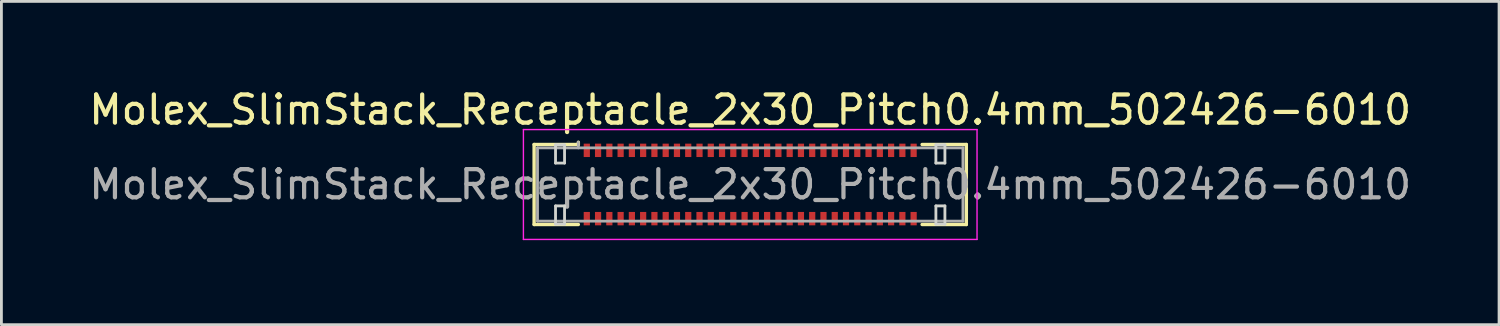
<source format=kicad_pcb>
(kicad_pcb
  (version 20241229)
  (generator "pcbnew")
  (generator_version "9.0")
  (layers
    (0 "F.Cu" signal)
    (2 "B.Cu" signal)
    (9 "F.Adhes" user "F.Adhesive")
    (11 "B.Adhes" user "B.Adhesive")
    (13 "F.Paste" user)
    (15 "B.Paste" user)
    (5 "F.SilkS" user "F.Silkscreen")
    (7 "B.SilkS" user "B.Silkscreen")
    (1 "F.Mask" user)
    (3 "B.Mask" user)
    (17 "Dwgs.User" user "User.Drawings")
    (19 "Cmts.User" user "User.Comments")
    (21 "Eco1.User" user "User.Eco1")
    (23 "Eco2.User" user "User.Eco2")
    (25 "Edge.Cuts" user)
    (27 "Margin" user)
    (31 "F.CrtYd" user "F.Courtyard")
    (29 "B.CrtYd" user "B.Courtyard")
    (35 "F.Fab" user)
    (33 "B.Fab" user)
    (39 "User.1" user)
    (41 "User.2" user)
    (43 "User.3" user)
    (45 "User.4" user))
  (footprint "Molex_SlimStack_Receptacle_2x30_Pitch0.4mm_502426-6010"
    (layer "F.Cu")
    (at 23.577 3.498)
    (property "Reference" "Molex_SlimStack_Receptacle_2x30_Pitch0.4mm_502426-6010" (at 0 -2.65 0) (layer "F.SilkS") (effects (font (size 1 1) (thickness 0.15))))
    (attr smd)
    (fp_line (start -7.67 -1.42) (end -6.1 -1.42) (stroke (width 0.12) (type solid)) (layer "F.SilkS"))
    (fp_line (start -7.67 1.42) (end -7.67 -1.42) (stroke (width 0.12) (type solid)) (layer "F.SilkS"))
    (fp_line (start -6.1 -1.42) (end -6.1 -1.5) (stroke (width 0.12) (type solid)) (layer "F.SilkS"))
    (fp_line (start -6.1 1.42) (end -7.67 1.42) (stroke (width 0.12) (type solid)) (layer "F.SilkS"))
    (fp_line (start 6.1 1.42) (end 7.67 1.42) (stroke (width 0.12) (type solid)) (layer "F.SilkS"))
    (fp_line (start 7.67 -1.42) (end 6.1 -1.42) (stroke (width 0.12) (type solid)) (layer "F.SilkS"))
    (fp_line (start 7.67 1.42) (end 7.67 -1.42) (stroke (width 0.12) (type solid)) (layer "F.SilkS"))
    (fp_line (start -6.91 -1.41) (end -6.91 -0.76) (stroke (width 0.1) (type solid)) (layer "Edge.Cuts"))
    (fp_line (start -6.91 -0.76) (end -6.59 -0.76) (stroke (width 0.1) (type solid)) (layer "Edge.Cuts"))
    (fp_line (start -6.91 0.76) (end -6.91 1.41) (stroke (width 0.1) (type solid)) (layer "Edge.Cuts"))
    (fp_line (start -6.91 1.41) (end -6.59 1.41) (stroke (width 0.1) (type solid)) (layer "Edge.Cuts"))
    (fp_line (start -6.59 -1.41) (end -6.91 -1.41) (stroke (width 0.1) (type solid)) (layer "Edge.Cuts"))
    (fp_line (start -6.59 -0.76) (end -6.59 -1.41) (stroke (width 0.1) (type solid)) (layer "Edge.Cuts"))
    (fp_line (start -6.59 0.76) (end -6.91 0.76) (stroke (width 0.1) (type solid)) (layer "Edge.Cuts"))
    (fp_line (start -6.59 1.41) (end -6.59 0.76) (stroke (width 0.1) (type solid)) (layer "Edge.Cuts"))
    (fp_line (start 6.59 -1.41) (end 6.59 -0.76) (stroke (width 0.1) (type solid)) (layer "Edge.Cuts"))
    (fp_line (start 6.59 -0.76) (end 6.91 -0.76) (stroke (width 0.1) (type solid)) (layer "Edge.Cuts"))
    (fp_line (start 6.59 0.76) (end 6.59 1.41) (stroke (width 0.1) (type solid)) (layer "Edge.Cuts"))
    (fp_line (start 6.59 1.41) (end 6.91 1.41) (stroke (width 0.1) (type solid)) (layer "Edge.Cuts"))
    (fp_line (start 6.91 -1.41) (end 6.59 -1.41) (stroke (width 0.1) (type solid)) (layer "Edge.Cuts"))
    (fp_line (start 6.91 -0.76) (end 6.91 -1.41) (stroke (width 0.1) (type solid)) (layer "Edge.Cuts"))
    (fp_line (start 6.91 0.76) (end 6.59 0.76) (stroke (width 0.1) (type solid)) (layer "Edge.Cuts"))
    (fp_line (start 6.91 1.41) (end 6.91 0.76) (stroke (width 0.1) (type solid)) (layer "Edge.Cuts"))
    (fp_line (start -8.05 -1.95) (end -8.05 1.95) (stroke (width 0.05) (type solid)) (layer "F.CrtYd"))
    (fp_line (start -8.05 1.95) (end 8.05 1.95) (stroke (width 0.05) (type solid)) (layer "F.CrtYd"))
    (fp_line (start 8.05 -1.95) (end -8.05 -1.95) (stroke (width 0.05) (type solid)) (layer "F.CrtYd"))
    (fp_line (start 8.05 1.95) (end 8.05 -1.95) (stroke (width 0.05) (type solid)) (layer "F.CrtYd"))
    (fp_line (start -7.55 -1.3) (end -7.55 1.3) (stroke (width 0.1) (type solid)) (layer "F.Fab"))
    (fp_line (start -7.55 1.3) (end 7.55 1.3) (stroke (width 0.1) (type solid)) (layer "F.Fab"))
    (fp_line (start -6.1 -1.3) (end -6.1 -1.5) (stroke (width 0.1) (type solid)) (layer "F.Fab"))
    (fp_line (start 7.55 -1.3) (end -7.55 -1.3) (stroke (width 0.1) (type solid)) (layer "F.Fab"))
    (fp_line (start 7.55 1.3) (end 7.55 -1.3) (stroke (width 0.1) (type solid)) (layer "F.Fab"))
    (fp_text user "${REFERENCE}" (at 0 0 0) (layer "F.Fab") (effects (font (size 1 1) (thickness 0.15))))
    (pad "1" smd rect (at -5.8 -1.212) (size 0.22 0.475) (layers "F.Cu" "F.Mask" "F.Paste"))
    (pad "2" smd rect (at -5.8 1.212) (size 0.22 0.475) (layers "F.Cu" "F.Mask" "F.Paste"))
    (pad "3" smd rect (at -5.4 -1.212) (size 0.22 0.475) (layers "F.Cu" "F.Mask" "F.Paste"))
    (pad "4" smd rect (at -5.4 1.212) (size 0.22 0.475) (layers "F.Cu" "F.Mask" "F.Paste"))
    (pad "5" smd rect (at -5 -1.212) (size 0.22 0.475) (layers "F.Cu" "F.Mask" "F.Paste"))
    (pad "6" smd rect (at -5 1.212) (size 0.22 0.475) (layers "F.Cu" "F.Mask" "F.Paste"))
    (pad "7" smd rect (at -4.6 -1.212) (size 0.22 0.475) (layers "F.Cu" "F.Mask" "F.Paste"))
    (pad "8" smd rect (at -4.6 1.212) (size 0.22 0.475) (layers "F.Cu" "F.Mask" "F.Paste"))
    (pad "9" smd rect (at -4.2 -1.212) (size 0.22 0.475) (layers "F.Cu" "F.Mask" "F.Paste"))
    (pad "10" smd rect (at -4.2 1.212) (size 0.22 0.475) (layers "F.Cu" "F.Mask" "F.Paste"))
    (pad "11" smd rect (at -3.8 -1.212) (size 0.22 0.475) (layers "F.Cu" "F.Mask" "F.Paste"))
    (pad "12" smd rect (at -3.8 1.212) (size 0.22 0.475) (layers "F.Cu" "F.Mask" "F.Paste"))
    (pad "13" smd rect (at -3.4 -1.212) (size 0.22 0.475) (layers "F.Cu" "F.Mask" "F.Paste"))
    (pad "14" smd rect (at -3.4 1.212) (size 0.22 0.475) (layers "F.Cu" "F.Mask" "F.Paste"))
    (pad "15" smd rect (at -3 -1.212) (size 0.22 0.475) (layers "F.Cu" "F.Mask" "F.Paste"))
    (pad "16" smd rect (at -3 1.212) (size 0.22 0.475) (layers "F.Cu" "F.Mask" "F.Paste"))
    (pad "17" smd rect (at -2.6 -1.212) (size 0.22 0.475) (layers "F.Cu" "F.Mask" "F.Paste"))
    (pad "18" smd rect (at -2.6 1.212) (size 0.22 0.475) (layers "F.Cu" "F.Mask" "F.Paste"))
    (pad "19" smd rect (at -2.2 -1.212) (size 0.22 0.475) (layers "F.Cu" "F.Mask" "F.Paste"))
    (pad "20" smd rect (at -2.2 1.212) (size 0.22 0.475) (layers "F.Cu" "F.Mask" "F.Paste"))
    (pad "21" smd rect (at -1.8 -1.212) (size 0.22 0.475) (layers "F.Cu" "F.Mask" "F.Paste"))
    (pad "22" smd rect (at -1.8 1.212) (size 0.22 0.475) (layers "F.Cu" "F.Mask" "F.Paste"))
    (pad "23" smd rect (at -1.4 -1.212) (size 0.22 0.475) (layers "F.Cu" "F.Mask" "F.Paste"))
    (pad "24" smd rect (at -1.4 1.212) (size 0.22 0.475) (layers "F.Cu" "F.Mask" "F.Paste"))
    (pad "25" smd rect (at -1 -1.212) (size 0.22 0.475) (layers "F.Cu" "F.Mask" "F.Paste"))
    (pad "26" smd rect (at -1 1.212) (size 0.22 0.475) (layers "F.Cu" "F.Mask" "F.Paste"))
    (pad "27" smd rect (at -0.6 -1.212) (size 0.22 0.475) (layers "F.Cu" "F.Mask" "F.Paste"))
    (pad "28" smd rect (at -0.6 1.212) (size 0.22 0.475) (layers "F.Cu" "F.Mask" "F.Paste"))
    (pad "29" smd rect (at -0.2 -1.212) (size 0.22 0.475) (layers "F.Cu" "F.Mask" "F.Paste"))
    (pad "30" smd rect (at -0.2 1.212) (size 0.22 0.475) (layers "F.Cu" "F.Mask" "F.Paste"))
    (pad "31" smd rect (at 0.2 -1.212) (size 0.22 0.475) (layers "F.Cu" "F.Mask" "F.Paste"))
    (pad "32" smd rect (at 0.2 1.212) (size 0.22 0.475) (layers "F.Cu" "F.Mask" "F.Paste"))
    (pad "33" smd rect (at 0.6 -1.212) (size 0.22 0.475) (layers "F.Cu" "F.Mask" "F.Paste"))
    (pad "34" smd rect (at 0.6 1.212) (size 0.22 0.475) (layers "F.Cu" "F.Mask" "F.Paste"))
    (pad "35" smd rect (at 1 -1.212) (size 0.22 0.475) (layers "F.Cu" "F.Mask" "F.Paste"))
    (pad "36" smd rect (at 1 1.212) (size 0.22 0.475) (layers "F.Cu" "F.Mask" "F.Paste"))
    (pad "37" smd rect (at 1.4 -1.212) (size 0.22 0.475) (layers "F.Cu" "F.Mask" "F.Paste"))
    (pad "38" smd rect (at 1.4 1.212) (size 0.22 0.475) (layers "F.Cu" "F.Mask" "F.Paste"))
    (pad "39" smd rect (at 1.8 -1.212) (size 0.22 0.475) (layers "F.Cu" "F.Mask" "F.Paste"))
    (pad "40" smd rect (at 1.8 1.212) (size 0.22 0.475) (layers "F.Cu" "F.Mask" "F.Paste"))
    (pad "41" smd rect (at 2.2 -1.212) (size 0.22 0.475) (layers "F.Cu" "F.Mask" "F.Paste"))
    (pad "42" smd rect (at 2.2 1.212) (size 0.22 0.475) (layers "F.Cu" "F.Mask" "F.Paste"))
    (pad "43" smd rect (at 2.6 -1.212) (size 0.22 0.475) (layers "F.Cu" "F.Mask" "F.Paste"))
    (pad "44" smd rect (at 2.6 1.212) (size 0.22 0.475) (layers "F.Cu" "F.Mask" "F.Paste"))
    (pad "45" smd rect (at 3 -1.212) (size 0.22 0.475) (layers "F.Cu" "F.Mask" "F.Paste"))
    (pad "46" smd rect (at 3 1.212) (size 0.22 0.475) (layers "F.Cu" "F.Mask" "F.Paste"))
    (pad "47" smd rect (at 3.4 -1.212) (size 0.22 0.475) (layers "F.Cu" "F.Mask" "F.Paste"))
    (pad "48" smd rect (at 3.4 1.212) (size 0.22 0.475) (layers "F.Cu" "F.Mask" "F.Paste"))
    (pad "49" smd rect (at 3.8 -1.212) (size 0.22 0.475) (layers "F.Cu" "F.Mask" "F.Paste"))
    (pad "50" smd rect (at 3.8 1.212) (size 0.22 0.475) (layers "F.Cu" "F.Mask" "F.Paste"))
    (pad "51" smd rect (at 4.2 -1.212) (size 0.22 0.475) (layers "F.Cu" "F.Mask" "F.Paste"))
    (pad "52" smd rect (at 4.2 1.212) (size 0.22 0.475) (layers "F.Cu" "F.Mask" "F.Paste"))
    (pad "53" smd rect (at 4.6 -1.212) (size 0.22 0.475) (layers "F.Cu" "F.Mask" "F.Paste"))
    (pad "54" smd rect (at 4.6 1.212) (size 0.22 0.475) (layers "F.Cu" "F.Mask" "F.Paste"))
    (pad "55" smd rect (at 5 -1.212) (size 0.22 0.475) (layers "F.Cu" "F.Mask" "F.Paste"))
    (pad "56" smd rect (at 5 1.212) (size 0.22 0.475) (layers "F.Cu" "F.Mask" "F.Paste"))
    (pad "57" smd rect (at 5.4 -1.212) (size 0.22 0.475) (layers "F.Cu" "F.Mask" "F.Paste"))
    (pad "58" smd rect (at 5.4 1.212) (size 0.22 0.475) (layers "F.Cu" "F.Mask" "F.Paste"))
    (pad "59" smd rect (at 5.8 -1.212) (size 0.22 0.475) (layers "F.Cu" "F.Mask" "F.Paste"))
    (pad "60" smd rect (at 5.8 1.212) (size 0.22 0.475) (layers "F.Cu" "F.Mask" "F.Paste")))
  (gr_rect
    (start -3 -3)
    (end 50.155 8.473)
    (stroke (width 0.1) (type default))
    (fill no)
    (layer "Edge.Cuts")))
</source>
